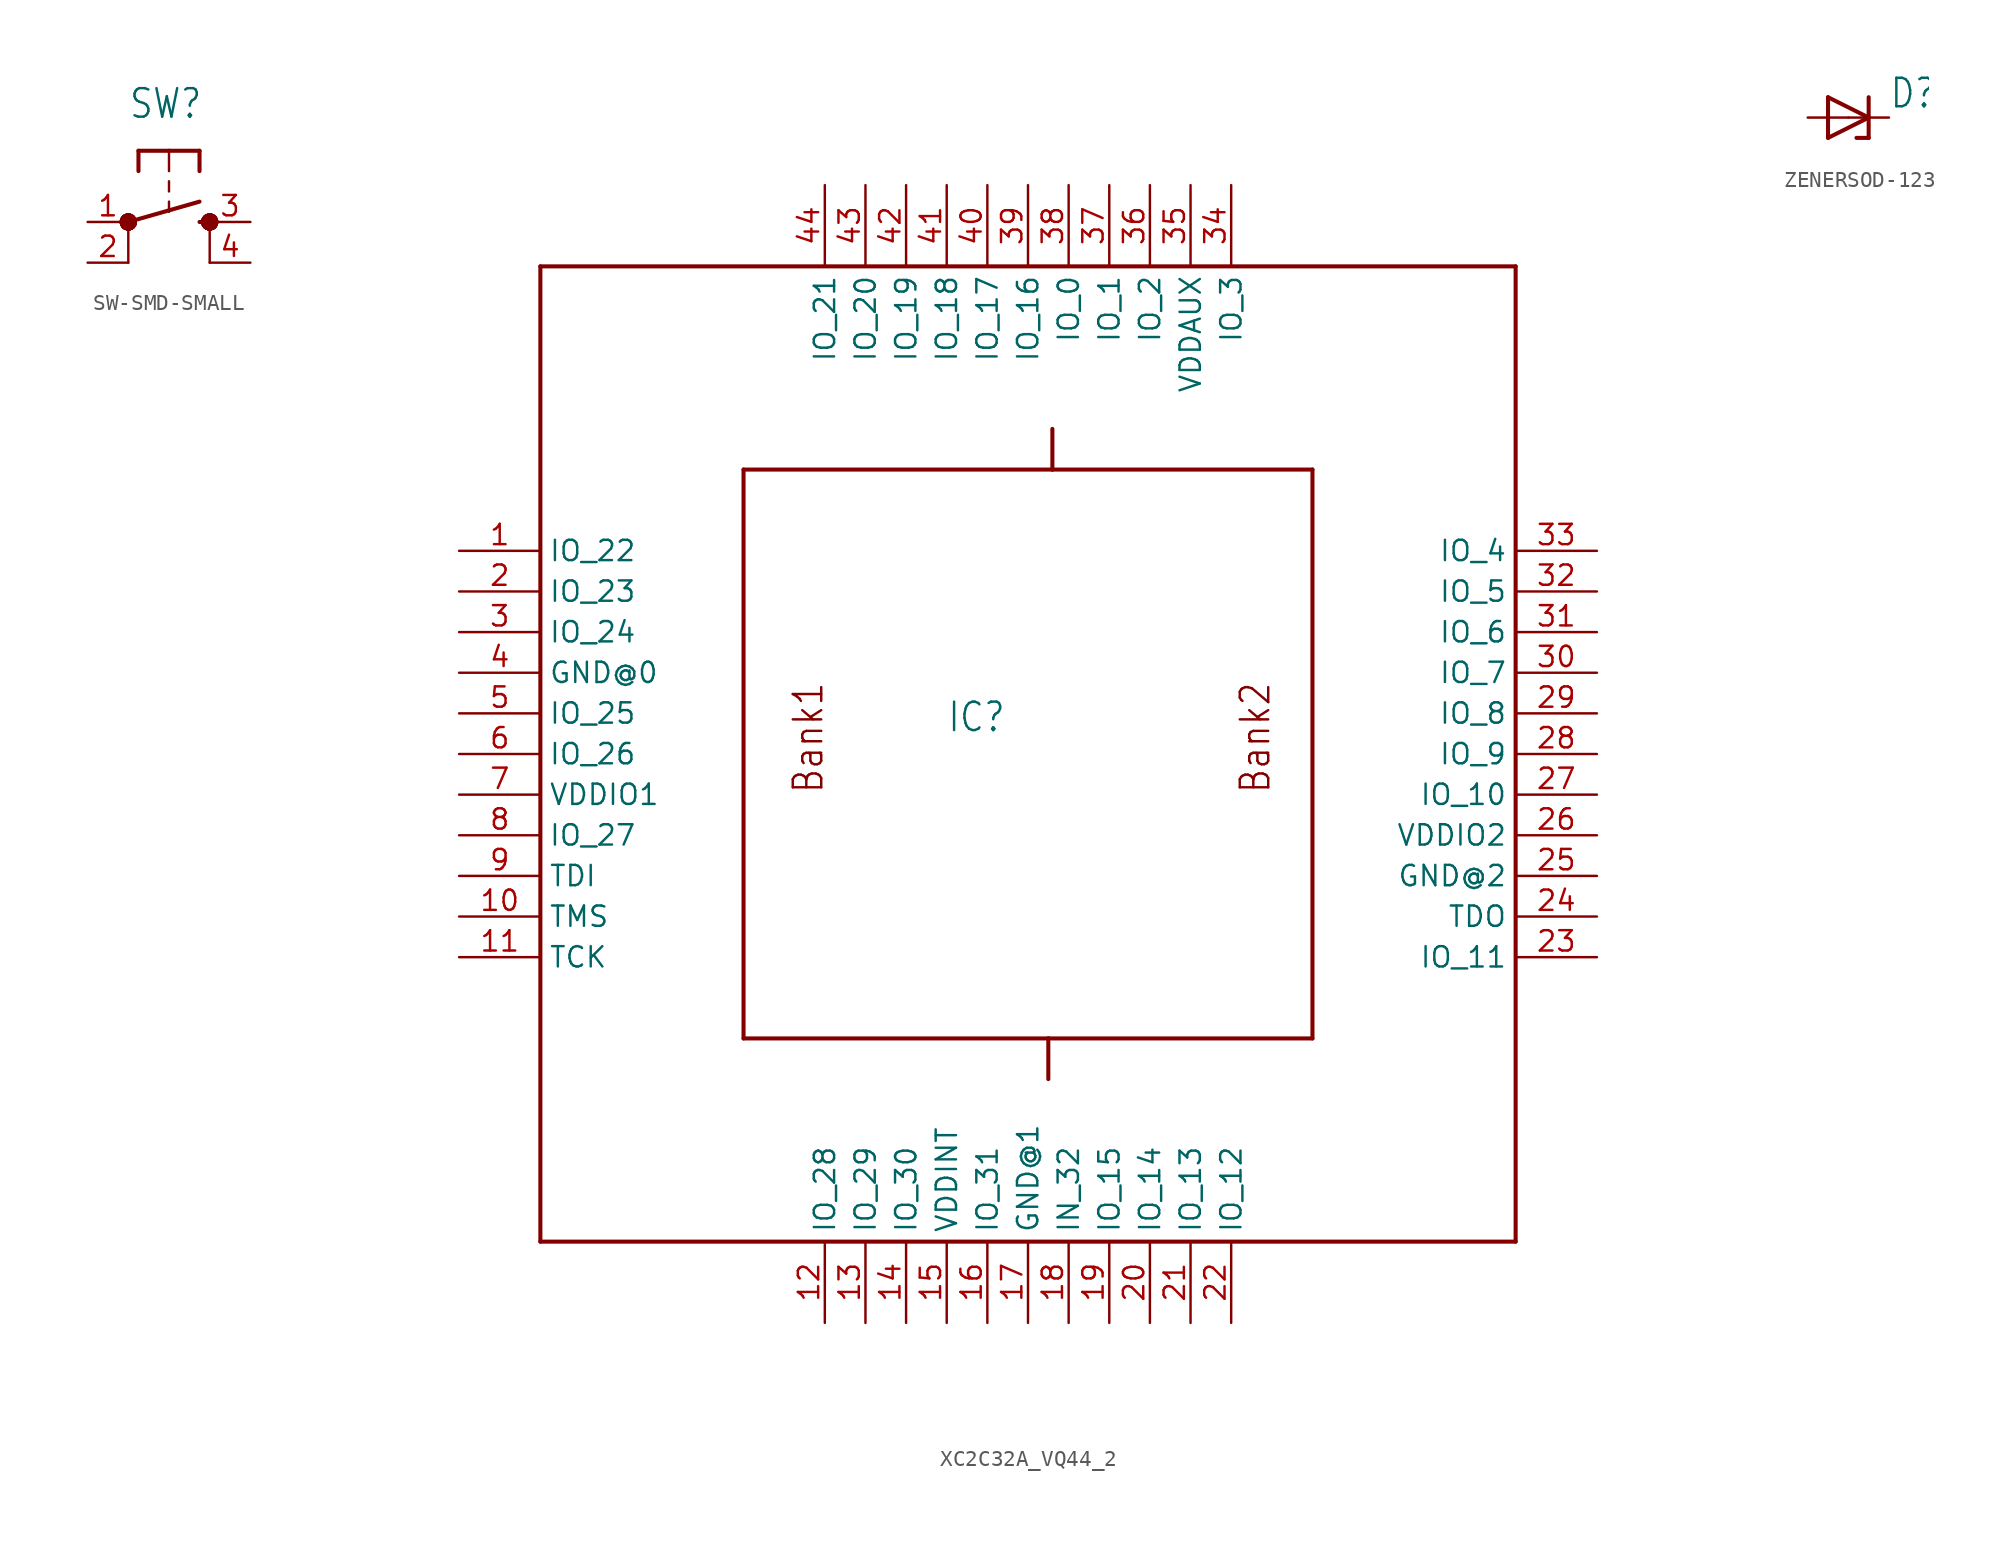
<source format=kicad_sym>
(kicad_symbol_lib
  (version 20220914)
  (generator kicad_symbol_editor)
  (symbol "SW-SMD-SMALL"
    (property "Reference" "SW"
      (at -2.54 6.35 0)
      (effects (font (size 1.778 1.511)) (justify left bottom)))
    (property "Value" ""
      (at 3.175 3.81 0)
      (effects (font (size 1.778 1.511)) (justify left bottom)))
    (property "ki_locked" ""
      (at 0 0 0)
      (effects (font (size 1.27 1.27))))
    (symbol "SW-SMD-SMALL_1_0"
      (circle (center -2.54 0) (radius 0.127) (stroke (width 0.406) (type solid)) (fill (type none)))
      (circle (center -2.54 0) (radius 0.127) (stroke (width 0.406) (type solid)) (fill (type none)))
      (circle (center -2.54 0) (radius 0.127) (stroke (width 0.406) (type solid)) (fill (type none)))
      (circle (center -2.54 0) (radius 0.127) (stroke (width 0.406) (type solid)) (fill (type none)))
      (circle (center -2.54 0) (radius 0.127) (stroke (width 0.406) (type solid)) (fill (type none)))
      (circle (center -2.54 0) (radius 0.127) (stroke (width 0.406) (type solid)) (fill (type none)))
      (circle (center -2.54 0) (radius 0.127) (stroke (width 0.406) (type solid)) (fill (type none)))
      (circle (center -2.54 0) (radius 0.127) (stroke (width 0.406) (type solid)) (fill (type none)))
      (circle (center -2.54 0) (radius 0.127) (stroke (width 0.406) (type solid)) (fill (type none)))
      (circle (center -2.54 0) (radius 0.127) (stroke (width 0.406) (type solid)) (fill (type none)))
      (circle (center -2.54 0) (radius 0.127) (stroke (width 0.406) (type solid)) (fill (type none)))
      (polyline (pts (xy -2.54 -2.54) (xy -2.54 0)) (stroke (width 0.152) (type solid)) (fill (type none)))
      (polyline (pts (xy -2.54 0) (xy 1.905 1.27)) (stroke (width 0.254) (type solid)) (fill (type none)))
      (polyline (pts (xy -1.905 4.445) (xy -1.905 3.175)) (stroke (width 0.254) (type solid)) (fill (type none)))
      (polyline (pts (xy 0 1.27) (xy 0 0.635)) (stroke (width 0.152) (type solid)) (fill (type none)))
      (polyline (pts (xy 0 2.54) (xy 0 1.905)) (stroke (width 0.152) (type solid)) (fill (type none)))
      (polyline (pts (xy 0 4.445) (xy -1.905 4.445)) (stroke (width 0.254) (type solid)) (fill (type none)))
      (polyline (pts (xy 0 4.445) (xy 0 3.175)) (stroke (width 0.152) (type solid)) (fill (type none)))
      (polyline (pts (xy 1.905 0) (xy 2.54 0)) (stroke (width 0.254) (type solid)) (fill (type none)))
      (polyline (pts (xy 1.905 4.445) (xy 0 4.445)) (stroke (width 0.254) (type solid)) (fill (type none)))
      (polyline (pts (xy 1.905 4.445) (xy 1.905 3.175)) (stroke (width 0.254) (type solid)) (fill (type none)))
      (polyline (pts (xy 2.54 -2.54) (xy 2.54 0)) (stroke (width 0.152) (type solid)) (fill (type none)))
      (circle (center 2.54 0) (radius 0.127) (stroke (width 0.406) (type solid)) (fill (type none)))
      (circle (center 2.54 0) (radius 0.127) (stroke (width 0.406) (type solid)) (fill (type none)))
      (circle (center 2.54 0) (radius 0.127) (stroke (width 0.406) (type solid)) (fill (type none)))
      (circle (center 2.54 0) (radius 0.127) (stroke (width 0.406) (type solid)) (fill (type none)))
      (circle (center 2.54 0) (radius 0.127) (stroke (width 0.406) (type solid)) (fill (type none)))
      (circle (center 2.54 0) (radius 0.127) (stroke (width 0.406) (type solid)) (fill (type none)))
      (circle (center 2.54 0) (radius 0.127) (stroke (width 0.406) (type solid)) (fill (type none)))
      (circle (center 2.54 0) (radius 0.127) (stroke (width 0.406) (type solid)) (fill (type none)))
      (circle (center 2.54 0) (radius 0.127) (stroke (width 0.406) (type solid)) (fill (type none)))
      (circle (center 2.54 0) (radius 0.127) (stroke (width 0.406) (type solid)) (fill (type none)))
      (circle (center 2.54 0) (radius 0.127) (stroke (width 0.406) (type solid)) (fill (type none)))
      (pin passive line (at -5.08 0 0) (length 2.54) (name "1" (effects (font (size 0 0)))) (number "1" (effects (font (size 1.27 1.27)))))
      (pin passive line (at -5.08 -2.54 0) (length 2.54) (name "2" (effects (font (size 0 0)))) (number "2" (effects (font (size 1.27 1.27)))))
      (pin passive line (at 5.08 0 180) (length 2.54) (name "3" (effects (font (size 0 0)))) (number "3" (effects (font (size 1.27 1.27)))))
      (pin passive line (at 5.08 -2.54 180) (length 2.54) (name "4" (effects (font (size 0 0)))) (number "4" (effects (font (size 1.27 1.27)))))))
  (symbol "XC2C32A_VQ44_2"
    (property "Reference" "IC"
      (at -5.08 1.27 0)
      (effects (font (size 1.778 1.511)) (justify left bottom)))
    (property "Value" ""
      (at -5.08 -2.54 0)
      (effects (font (size 1.778 1.511)) (justify left bottom)))
    (property "ki_locked" ""
      (at 0 0 0)
      (effects (font (size 1.27 1.27))))
    (symbol "XC2C32A_VQ44_2_1_0"
      (polyline (pts (xy -30.48 -30.48) (xy 30.48 -30.48)) (stroke (width 0.254) (type solid)) (fill (type none)))
      (polyline (pts (xy -30.48 30.48) (xy -30.48 -30.48)) (stroke (width 0.254) (type solid)) (fill (type none)))
      (polyline (pts (xy -17.78 -17.78) (xy 1.27 -17.78)) (stroke (width 0.254) (type solid)) (fill (type none)))
      (polyline (pts (xy -17.78 17.78) (xy -17.78 -17.78)) (stroke (width 0.254) (type solid)) (fill (type none)))
      (polyline (pts (xy 1.27 -17.78) (xy 1.27 -20.32)) (stroke (width 0.254) (type solid)) (fill (type none)))
      (polyline (pts (xy 1.524 17.78) (xy -17.78 17.78)) (stroke (width 0.254) (type solid)) (fill (type none)))
      (polyline (pts (xy 1.524 17.78) (xy 17.78 17.78)) (stroke (width 0.254) (type solid)) (fill (type none)))
      (polyline (pts (xy 1.524 20.32) (xy 1.524 17.78)) (stroke (width 0.254) (type solid)) (fill (type none)))
      (polyline (pts (xy 17.78 -17.78) (xy 1.27 -17.78)) (stroke (width 0.254) (type solid)) (fill (type none)))
      (polyline (pts (xy 17.78 17.78) (xy 17.78 -17.78)) (stroke (width 0.254) (type solid)) (fill (type none)))
      (polyline (pts (xy 30.48 -30.48) (xy 30.48 30.48)) (stroke (width 0.254) (type solid)) (fill (type none)))
      (polyline (pts (xy 30.48 30.48) (xy -30.48 30.48)) (stroke (width 0.254) (type solid)) (fill (type none)))
      (text "Bank1" (at -12.7 -2.54 900) (effects (font (size 1.778 1.511)) (justify left bottom)))
      (text "Bank2" (at 15.24 -2.54 900) (effects (font (size 1.778 1.511)) (justify left bottom)))
      (pin bidirectional line (at -35.56 12.7 0) (length 5.08) (name "IO_22" (effects (font (size 1.27 1.27)))) (number "1" (effects (font (size 1.27 1.27)))))
      (pin input line (at -35.56 -10.16 0) (length 5.08) (name "TMS" (effects (font (size 1.27 1.27)))) (number "10" (effects (font (size 1.27 1.27)))))
      (pin input line (at -35.56 -12.7 0) (length 5.08) (name "TCK" (effects (font (size 1.27 1.27)))) (number "11" (effects (font (size 1.27 1.27)))))
      (pin bidirectional line (at -12.7 -35.56 90) (length 5.08) (name "IO_28" (effects (font (size 1.27 1.27)))) (number "12" (effects (font (size 1.27 1.27)))))
      (pin bidirectional line (at -10.16 -35.56 90) (length 5.08) (name "IO_29" (effects (font (size 1.27 1.27)))) (number "13" (effects (font (size 1.27 1.27)))))
      (pin bidirectional line (at -7.62 -35.56 90) (length 5.08) (name "IO_30" (effects (font (size 1.27 1.27)))) (number "14" (effects (font (size 1.27 1.27)))))
      (pin power_in line (at -5.08 -35.56 90) (length 5.08) (name "VDDINT" (effects (font (size 1.27 1.27)))) (number "15" (effects (font (size 1.27 1.27)))))
      (pin bidirectional line (at -2.54 -35.56 90) (length 5.08) (name "IO_31" (effects (font (size 1.27 1.27)))) (number "16" (effects (font (size 1.27 1.27)))))
      (pin power_in line (at 0 -35.56 90) (length 5.08) (name "GND@1" (effects (font (size 1.27 1.27)))) (number "17" (effects (font (size 1.27 1.27)))))
      (pin input line (at 2.54 -35.56 90) (length 5.08) (name "IN_32" (effects (font (size 1.27 1.27)))) (number "18" (effects (font (size 1.27 1.27)))))
      (pin bidirectional line (at 5.08 -35.56 90) (length 5.08) (name "IO_15" (effects (font (size 1.27 1.27)))) (number "19" (effects (font (size 1.27 1.27)))))
      (pin bidirectional line (at -35.56 10.16 0) (length 5.08) (name "IO_23" (effects (font (size 1.27 1.27)))) (number "2" (effects (font (size 1.27 1.27)))))
      (pin bidirectional line (at 7.62 -35.56 90) (length 5.08) (name "IO_14" (effects (font (size 1.27 1.27)))) (number "20" (effects (font (size 1.27 1.27)))))
      (pin bidirectional line (at 10.16 -35.56 90) (length 5.08) (name "IO_13" (effects (font (size 1.27 1.27)))) (number "21" (effects (font (size 1.27 1.27)))))
      (pin bidirectional line (at 12.7 -35.56 90) (length 5.08) (name "IO_12" (effects (font (size 1.27 1.27)))) (number "22" (effects (font (size 1.27 1.27)))))
      (pin bidirectional line (at 35.56 -12.7 180) (length 5.08) (name "IO_11" (effects (font (size 1.27 1.27)))) (number "23" (effects (font (size 1.27 1.27)))))
      (pin output line (at 35.56 -10.16 180) (length 5.08) (name "TDO" (effects (font (size 1.27 1.27)))) (number "24" (effects (font (size 1.27 1.27)))))
      (pin power_in line (at 35.56 -7.62 180) (length 5.08) (name "GND@2" (effects (font (size 1.27 1.27)))) (number "25" (effects (font (size 1.27 1.27)))))
      (pin power_in line (at 35.56 -5.08 180) (length 5.08) (name "VDDIO2" (effects (font (size 1.27 1.27)))) (number "26" (effects (font (size 1.27 1.27)))))
      (pin bidirectional line (at 35.56 -2.54 180) (length 5.08) (name "IO_10" (effects (font (size 1.27 1.27)))) (number "27" (effects (font (size 1.27 1.27)))))
      (pin bidirectional line (at 35.56 0 180) (length 5.08) (name "IO_9" (effects (font (size 1.27 1.27)))) (number "28" (effects (font (size 1.27 1.27)))))
      (pin bidirectional line (at 35.56 2.54 180) (length 5.08) (name "IO_8" (effects (font (size 1.27 1.27)))) (number "29" (effects (font (size 1.27 1.27)))))
      (pin bidirectional line (at -35.56 7.62 0) (length 5.08) (name "IO_24" (effects (font (size 1.27 1.27)))) (number "3" (effects (font (size 1.27 1.27)))))
      (pin bidirectional line (at 35.56 5.08 180) (length 5.08) (name "IO_7" (effects (font (size 1.27 1.27)))) (number "30" (effects (font (size 1.27 1.27)))))
      (pin bidirectional line (at 35.56 7.62 180) (length 5.08) (name "IO_6" (effects (font (size 1.27 1.27)))) (number "31" (effects (font (size 1.27 1.27)))))
      (pin bidirectional line (at 35.56 10.16 180) (length 5.08) (name "IO_5" (effects (font (size 1.27 1.27)))) (number "32" (effects (font (size 1.27 1.27)))))
      (pin bidirectional line (at 35.56 12.7 180) (length 5.08) (name "IO_4" (effects (font (size 1.27 1.27)))) (number "33" (effects (font (size 1.27 1.27)))))
      (pin bidirectional line (at 12.7 35.56 270) (length 5.08) (name "IO_3" (effects (font (size 1.27 1.27)))) (number "34" (effects (font (size 1.27 1.27)))))
      (pin power_in line (at 10.16 35.56 270) (length 5.08) (name "VDDAUX" (effects (font (size 1.27 1.27)))) (number "35" (effects (font (size 1.27 1.27)))))
      (pin bidirectional line (at 7.62 35.56 270) (length 5.08) (name "IO_2" (effects (font (size 1.27 1.27)))) (number "36" (effects (font (size 1.27 1.27)))))
      (pin bidirectional line (at 5.08 35.56 270) (length 5.08) (name "IO_1" (effects (font (size 1.27 1.27)))) (number "37" (effects (font (size 1.27 1.27)))))
      (pin bidirectional line (at 2.54 35.56 270) (length 5.08) (name "IO_0" (effects (font (size 1.27 1.27)))) (number "38" (effects (font (size 1.27 1.27)))))
      (pin bidirectional line (at 0 35.56 270) (length 5.08) (name "IO_16" (effects (font (size 1.27 1.27)))) (number "39" (effects (font (size 1.27 1.27)))))
      (pin power_in line (at -35.56 5.08 0) (length 5.08) (name "GND@0" (effects (font (size 1.27 1.27)))) (number "4" (effects (font (size 1.27 1.27)))))
      (pin bidirectional line (at -2.54 35.56 270) (length 5.08) (name "IO_17" (effects (font (size 1.27 1.27)))) (number "40" (effects (font (size 1.27 1.27)))))
      (pin bidirectional line (at -5.08 35.56 270) (length 5.08) (name "IO_18" (effects (font (size 1.27 1.27)))) (number "41" (effects (font (size 1.27 1.27)))))
      (pin bidirectional line (at -7.62 35.56 270) (length 5.08) (name "IO_19" (effects (font (size 1.27 1.27)))) (number "42" (effects (font (size 1.27 1.27)))))
      (pin bidirectional line (at -10.16 35.56 270) (length 5.08) (name "IO_20" (effects (font (size 1.27 1.27)))) (number "43" (effects (font (size 1.27 1.27)))))
      (pin bidirectional line (at -12.7 35.56 270) (length 5.08) (name "IO_21" (effects (font (size 1.27 1.27)))) (number "44" (effects (font (size 1.27 1.27)))))
      (pin bidirectional line (at -35.56 2.54 0) (length 5.08) (name "IO_25" (effects (font (size 1.27 1.27)))) (number "5" (effects (font (size 1.27 1.27)))))
      (pin bidirectional line (at -35.56 0 0) (length 5.08) (name "IO_26" (effects (font (size 1.27 1.27)))) (number "6" (effects (font (size 1.27 1.27)))))
      (pin power_in line (at -35.56 -2.54 0) (length 5.08) (name "VDDIO1" (effects (font (size 1.27 1.27)))) (number "7" (effects (font (size 1.27 1.27)))))
      (pin bidirectional line (at -35.56 -5.08 0) (length 5.08) (name "IO_27" (effects (font (size 1.27 1.27)))) (number "8" (effects (font (size 1.27 1.27)))))
      (pin input line (at -35.56 -7.62 0) (length 5.08) (name "TDI" (effects (font (size 1.27 1.27)))) (number "9" (effects (font (size 1.27 1.27)))))))
  (symbol "ZENERSOD-123"
    (property "Reference" "D"
      (at 2.54 0.483 0)
      (effects (font (size 1.778 1.511)) (justify left bottom)))
    (property "Value" ""
      (at 2.54 -2.311 0)
      (effects (font (size 1.778 1.511)) (justify left bottom)))
    (property "ki_locked" ""
      (at 0 0 0)
      (effects (font (size 1.27 1.27))))
    (symbol "ZENERSOD-123_1_0"
      (polyline (pts (xy -1.27 -1.27) (xy 1.27 0)) (stroke (width 0.254) (type solid)) (fill (type none)))
      (polyline (pts (xy -1.27 1.27) (xy -1.27 -1.27)) (stroke (width 0.254) (type solid)) (fill (type none)))
      (polyline (pts (xy 1.27 -1.27) (xy 0.508 -1.27)) (stroke (width 0.254) (type solid)) (fill (type none)))
      (polyline (pts (xy 1.27 0) (xy -1.27 1.27)) (stroke (width 0.254) (type solid)) (fill (type none)))
      (polyline (pts (xy 1.27 0) (xy 1.27 -1.27)) (stroke (width 0.254) (type solid)) (fill (type none)))
      (polyline (pts (xy 1.27 1.27) (xy 1.27 0)) (stroke (width 0.254) (type solid)) (fill (type none)))
      (pin passive line (at -2.54 0 0) (length 2.54) (name "A" (effects (font (size 0 0)))) (number "A" (effects (font (size 0 0)))))
      (pin passive line (at 2.54 0 180) (length 2.54) (name "C" (effects (font (size 0 0)))) (number "C" (effects (font (size 0 0))))))))
</source>
